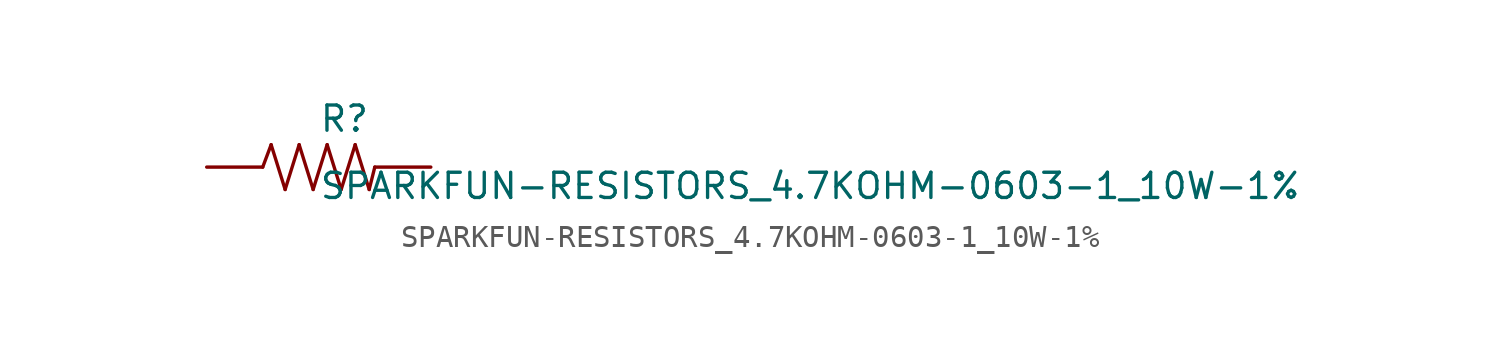
<source format=kicad_sym>
(kicad_symbol_lib
  (version 20220914)
  (generator kicad_symbol_editor)
  (symbol "SPARKFUN-RESISTORS_4.7KOHM-0603-1_10W-1%"
    (pin_numbers hide)
    (pin_names
      (offset 1.016) hide)
    (property "Reference" "R"
      (at 0 1.524 0)
      (effects (font (size 1.143 1.143)) (justify left bottom)))
    (property "Value" "SPARKFUN-RESISTORS_4.7KOHM-0603-1_10W-1%"
      (at 0 -1.524 0)
      (effects (font (size 1.143 1.143)) (justify left bottom)))
    (property "ki_locked" ""
      (at 0 0 0)
      (effects (font (size 1.27 1.27))))
    (symbol "SPARKFUN-RESISTORS_4.7KOHM-0603-1_10W-1%_1_0"
      (polyline (pts (xy -2.54 0) (xy -2.159 1.016)) (stroke (width 0) (type solid)) (fill (type none)))
      (polyline (pts (xy -2.159 1.016) (xy -1.524 -1.016)) (stroke (width 0) (type solid)) (fill (type none)))
      (polyline (pts (xy -1.524 -1.016) (xy -0.889 1.016)) (stroke (width 0) (type solid)) (fill (type none)))
      (polyline (pts (xy -0.889 1.016) (xy -0.254 -1.016)) (stroke (width 0) (type solid)) (fill (type none)))
      (polyline (pts (xy -0.254 -1.016) (xy 0.381 1.016)) (stroke (width 0) (type solid)) (fill (type none)))
      (polyline (pts (xy 0.381 1.016) (xy 1.016 -1.016)) (stroke (width 0) (type solid)) (fill (type none)))
      (polyline (pts (xy 1.016 -1.016) (xy 1.651 1.016)) (stroke (width 0) (type solid)) (fill (type none)))
      (polyline (pts (xy 1.651 1.016) (xy 2.286 -1.016)) (stroke (width 0) (type solid)) (fill (type none)))
      (polyline (pts (xy 2.286 -1.016) (xy 2.54 0)) (stroke (width 0) (type solid)) (fill (type none))))
    (symbol "SPARKFUN-RESISTORS_4.7KOHM-0603-1_10W-1%_1_1"
      (pin passive line (at -5.08 0 0) (length 2.54) (name "1" (effects (font (size 1.016 1.016)))) (number "1" (effects (font (size 1.016 1.016)))))
      (pin passive line (at 5.08 0 180) (length 2.54) (name "2" (effects (font (size 1.016 1.016)))) (number "2" (effects (font (size 1.016 1.016))))))))
</source>
